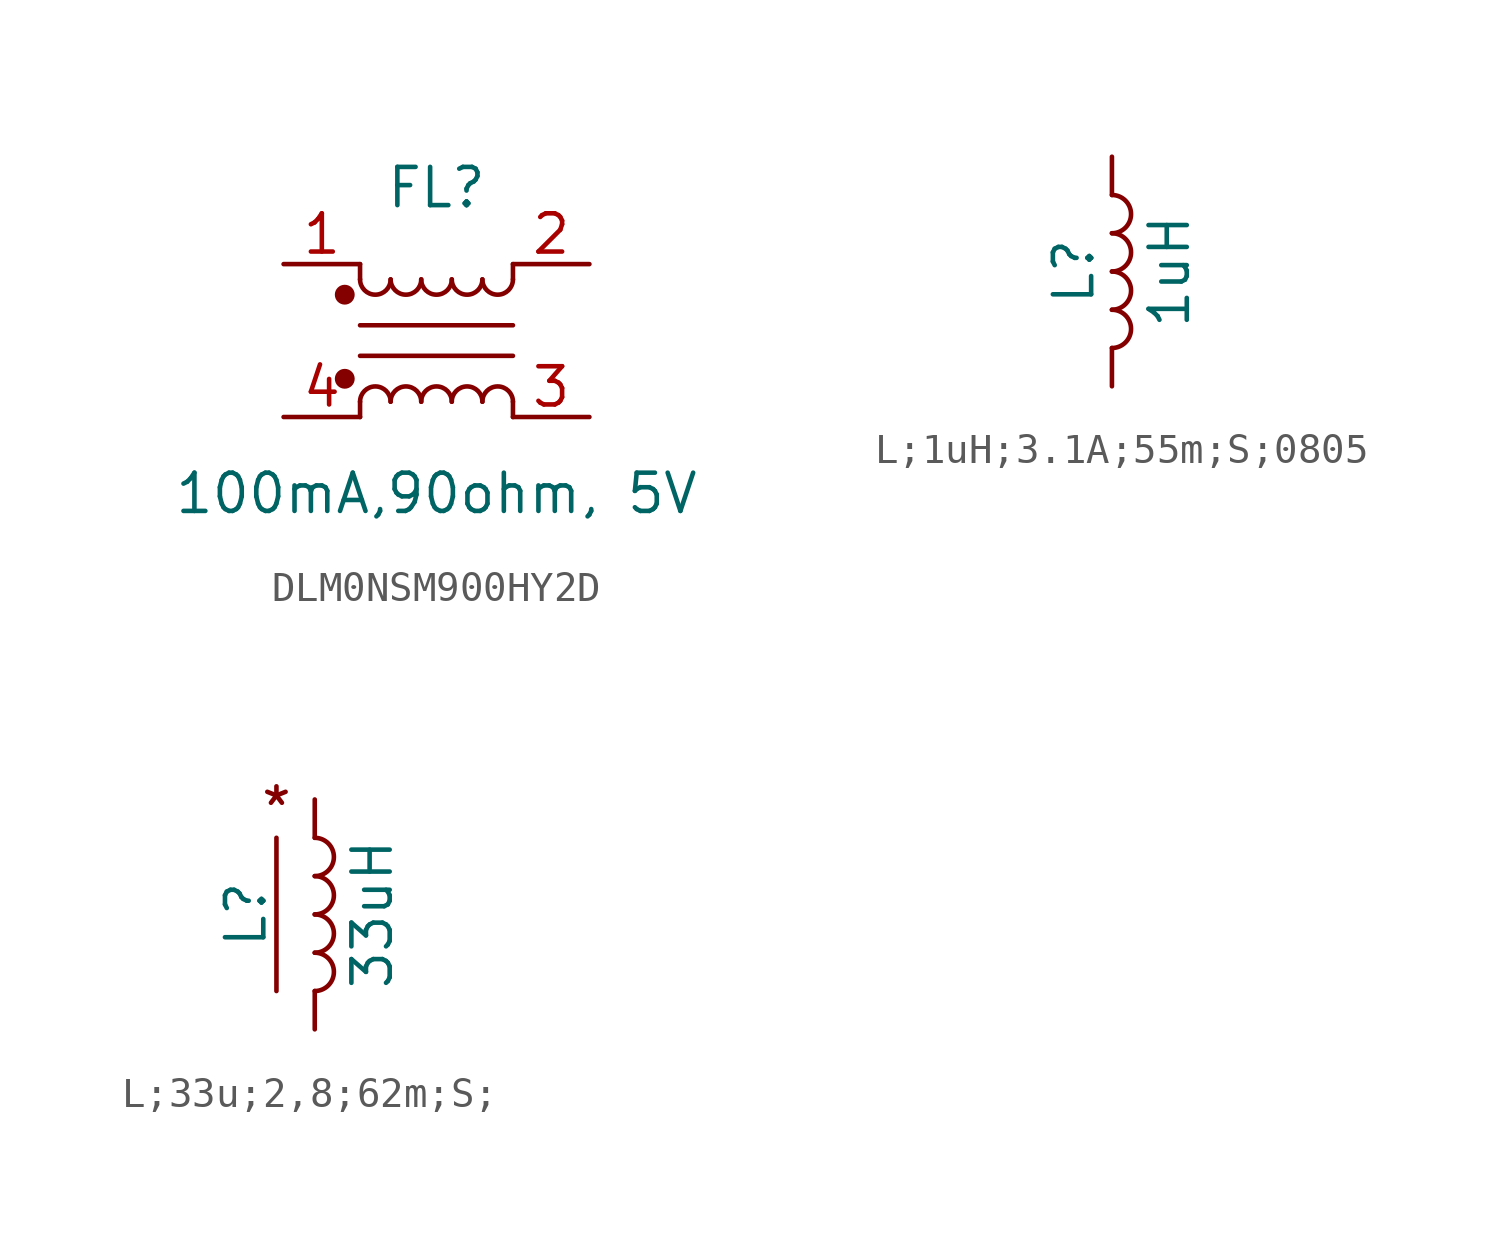
<source format=kicad_sym>
(kicad_symbol_lib
  (version 20231120)
  (generator "kicad_symbol_editor")
  (generator_version "8.0")
  (symbol "DLM0NSM900HY2D"
    (pin_names hide)
    (property "Reference" "FL"
      (at 0 5.08 0)
      (effects (font (size 1.27 1.27))))
    (property "Value" "100mA,90ohm, 5V"
      (at 0 -5.08 0)
      (effects (font (size 1.27 1.27))))
    (symbol "DLM0NSM900HY2D_1_1"
      (circle (center -3.048 -1.27) (radius 0.254) (stroke (width 0) (type default)) (fill (type outline)))
      (circle (center -3.048 1.524) (radius 0.254) (stroke (width 0) (type default)) (fill (type outline)))
      (arc (start -2.54 2.032) (mid -2.032 1.5262) (end -1.524 2.032) (stroke (width 0) (type default)) (fill (type none)))
      (arc (start -1.524 -2.032) (mid -2.032 -1.5262) (end -2.54 -2.032) (stroke (width 0) (type default)) (fill (type none)))
      (arc (start -1.524 2.032) (mid -1.016 1.5262) (end -0.508 2.032) (stroke (width 0) (type default)) (fill (type none)))
      (arc (start -0.508 -2.032) (mid -1.016 -1.5262) (end -1.524 -2.032) (stroke (width 0) (type default)) (fill (type none)))
      (arc (start -0.508 2.032) (mid 0 1.5262) (end 0.508 2.032) (stroke (width 0) (type default)) (fill (type none)))
      (polyline (pts (xy -2.54 -2.032) (xy -2.54 -2.54)) (stroke (width 0) (type default)) (fill (type none)))
      (polyline (pts (xy -2.54 0.508) (xy 2.54 0.508)) (stroke (width 0) (type default)) (fill (type none)))
      (polyline (pts (xy -2.54 2.032) (xy -2.54 2.54)) (stroke (width 0) (type default)) (fill (type none)))
      (polyline (pts (xy 2.54 -2.032) (xy 2.54 -2.54)) (stroke (width 0) (type default)) (fill (type none)))
      (polyline (pts (xy 2.54 -0.508) (xy -2.54 -0.508)) (stroke (width 0) (type default)) (fill (type none)))
      (polyline (pts (xy 2.54 2.54) (xy 2.54 2.032)) (stroke (width 0) (type default)) (fill (type none)))
      (arc (start 0.508 -2.032) (mid 0 -1.5262) (end -0.508 -2.032) (stroke (width 0) (type default)) (fill (type none)))
      (arc (start 0.508 2.032) (mid 1.016 1.5262) (end 1.524 2.032) (stroke (width 0) (type default)) (fill (type none)))
      (arc (start 1.524 -2.032) (mid 1.016 -1.5262) (end 0.508 -2.032) (stroke (width 0) (type default)) (fill (type none)))
      (arc (start 1.524 2.032) (mid 2.032 1.5262) (end 2.54 2.032) (stroke (width 0) (type default)) (fill (type none)))
      (arc (start 2.54 -2.032) (mid 2.032 -1.5262) (end 1.524 -2.032) (stroke (width 0) (type default)) (fill (type none)))
      (pin passive line (at -5.08 2.54 0) (length 2.54) (name "1" (effects (font (size 1.27 1.27)))) (number "1" (effects (font (size 1.27 1.27)))))
      (pin passive line (at 5.08 2.54 180) (length 2.54) (name "2" (effects (font (size 1.27 1.27)))) (number "2" (effects (font (size 1.27 1.27)))))
      (pin passive line (at 5.08 -2.54 180) (length 2.54) (name "3" (effects (font (size 1.27 1.27)))) (number "3" (effects (font (size 1.27 1.27)))))
      (pin passive line (at -5.08 -2.54 0) (length 2.54) (name "4" (effects (font (size 1.27 1.27)))) (number "4" (effects (font (size 1.27 1.27)))))))
  (symbol "L;1uH;3.1A;55m;S;0805"
    (pin_numbers hide)
    (pin_names
      (offset 1.016) hide)
    (property "Reference" "L"
      (at -1.27 0 90)
      (effects (font (size 1.27 1.27))))
    (property "Value" "1uH"
      (at 1.905 0 90)
      (effects (font (size 1.27 1.27))))
    (symbol "L;1uH;3.1A;55m;S;0805_0_1"
      (arc (start 0 -2.54) (mid 0.6323 -1.905) (end 0 -1.27) (stroke (width 0) (type default)) (fill (type none)))
      (arc (start 0 -1.27) (mid 0.6323 -0.635) (end 0 0) (stroke (width 0) (type default)) (fill (type none)))
      (arc (start 0 0) (mid 0.6323 0.635) (end 0 1.27) (stroke (width 0) (type default)) (fill (type none)))
      (arc (start 0 1.27) (mid 0.6323 1.905) (end 0 2.54) (stroke (width 0) (type default)) (fill (type none))))
    (symbol "L;1uH;3.1A;55m;S;0805_1_1"
      (pin passive line (at 0 3.81 270) (length 1.27) (name "1" (effects (font (size 1.27 1.27)))) (number "1" (effects (font (size 1.27 1.27)))))
      (pin passive line (at 0 -3.81 90) (length 1.27) (name "2" (effects (font (size 1.27 1.27)))) (number "2" (effects (font (size 1.27 1.27)))))))
  (symbol "L;33u;2,8;62m;S;"
    (pin_numbers hide)
    (pin_names
      (offset 1.016) hide)
    (property "Reference" "L"
      (at -2.286 0 90)
      (effects (font (size 1.27 1.27))))
    (property "Value" "33uH"
      (at 1.905 0 90)
      (effects (font (size 1.27 1.27))))
    (symbol "L;33u;2,8;62m;S;_0_1"
      (arc (start 0 -2.54) (mid 0.6323 -1.905) (end 0 -1.27) (stroke (width 0) (type default)) (fill (type none)))
      (arc (start 0 -1.27) (mid 0.6323 -0.635) (end 0 0) (stroke (width 0) (type default)) (fill (type none)))
      (polyline (pts (xy -1.27 2.54) (xy -1.27 -2.54)) (stroke (width 0) (type default)) (fill (type none)))
      (arc (start 0 0) (mid 0.6323 0.635) (end 0 1.27) (stroke (width 0) (type default)) (fill (type none)))
      (arc (start 0 1.27) (mid 0.6323 1.905) (end 0 2.54) (stroke (width 0) (type default)) (fill (type none))))
    (symbol "L;33u;2,8;62m;S;_1_1"
      (text "*" (at -1.27 3.556 0) (effects (font (size 1.27 1.27))))
      (pin passive line (at 0 3.81 270) (length 1.27) (name "1" (effects (font (size 1.27 1.27)))) (number "1" (effects (font (size 1.27 1.27)))))
      (pin passive line (at 0 -3.81 90) (length 1.27) (name "2" (effects (font (size 1.27 1.27)))) (number "2" (effects (font (size 1.27 1.27))))))))
</source>
